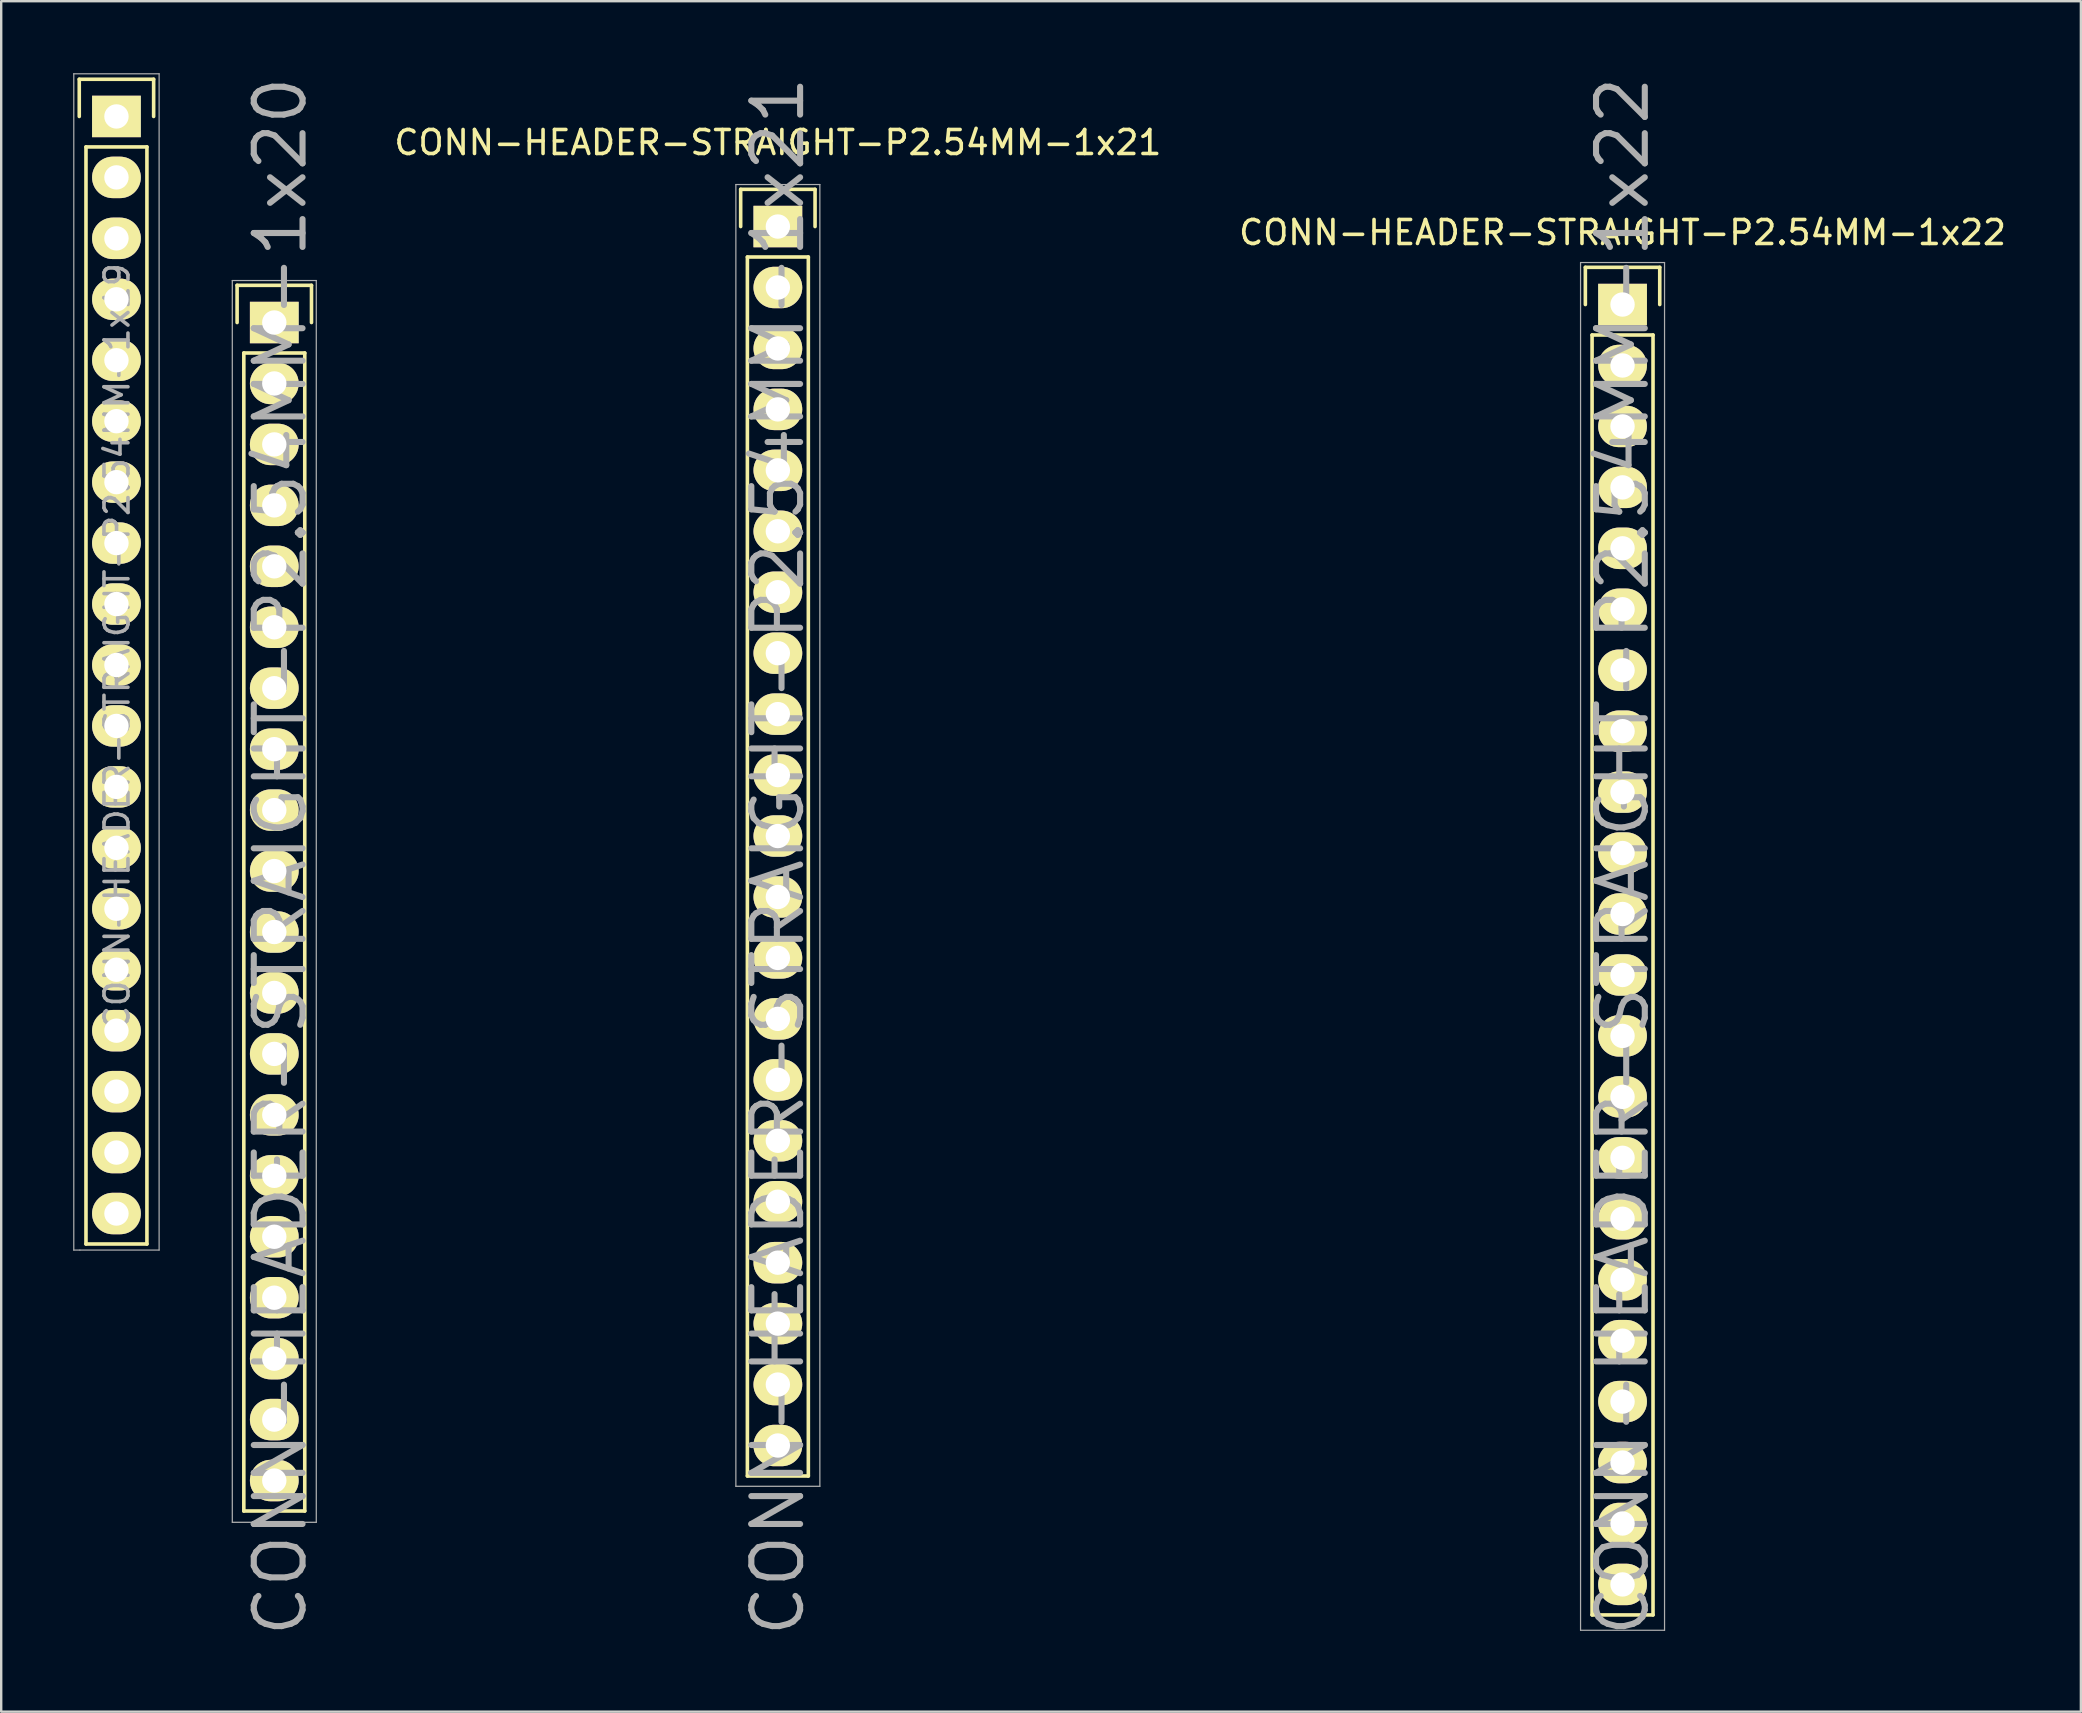
<source format=kicad_pcb>
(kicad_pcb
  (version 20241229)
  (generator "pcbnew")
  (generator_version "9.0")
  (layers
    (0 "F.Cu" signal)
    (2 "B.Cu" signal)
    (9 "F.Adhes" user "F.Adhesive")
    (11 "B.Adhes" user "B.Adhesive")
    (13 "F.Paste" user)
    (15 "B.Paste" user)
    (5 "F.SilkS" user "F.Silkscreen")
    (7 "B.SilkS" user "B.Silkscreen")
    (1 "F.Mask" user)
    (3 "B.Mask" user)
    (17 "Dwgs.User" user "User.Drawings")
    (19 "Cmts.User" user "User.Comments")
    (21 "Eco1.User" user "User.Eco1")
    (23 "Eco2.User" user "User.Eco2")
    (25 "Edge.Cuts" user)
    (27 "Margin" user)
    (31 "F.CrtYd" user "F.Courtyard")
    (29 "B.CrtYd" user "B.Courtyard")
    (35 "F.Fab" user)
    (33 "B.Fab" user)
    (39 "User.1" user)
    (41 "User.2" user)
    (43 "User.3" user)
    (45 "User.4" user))
  (footprint "CONN-HEADER-STRAIGHT-P2.54MM-1x22"
    (layer "F.Cu")
    (at 64.569 9.641)
    (property "Reference" "CONN-HEADER-STRAIGHT-P2.54MM-1x22" (at 0 23 90) (layer "F.Fab") (effects (font (size 2.032 2.032) (thickness 0.254))))
    (attr smd)
    (fp_line (start -1.55 -1.55) (end 1.55 -1.55) (stroke (width 0.15) (type solid)) (layer "F.SilkS"))
    (fp_line (start -1.55 0) (end -1.55 -1.55) (stroke (width 0.15) (type solid)) (layer "F.SilkS"))
    (fp_line (start -1.27 1.27) (end -1.27 54.61) (stroke (width 0.15) (type solid)) (layer "F.SilkS"))
    (fp_line (start -1.27 54.61) (end 1.27 54.61) (stroke (width 0.15) (type solid)) (layer "F.SilkS"))
    (fp_line (start 1.27 1.27) (end -1.27 1.27) (stroke (width 0.15) (type solid)) (layer "F.SilkS"))
    (fp_line (start 1.27 54.61) (end 1.27 1.27) (stroke (width 0.15) (type solid)) (layer "F.SilkS"))
    (fp_line (start 1.55 -1.55) (end 1.55 0) (stroke (width 0.15) (type solid)) (layer "F.SilkS"))
    (fp_line (start -1.75 -1.75) (end -1.75 55.25) (stroke (width 0.051) (type solid)) (layer "F.Fab"))
    (fp_line (start -1.75 -1.75) (end 1.75 -1.75) (stroke (width 0.051) (type solid)) (layer "F.Fab"))
    (fp_line (start -1.75 55.25) (end 1.75 55.25) (stroke (width 0.051) (type solid)) (layer "F.Fab"))
    (fp_line (start 1.75 55.25) (end 1.75 -1.75) (stroke (width 0.051) (type solid)) (layer "F.Fab"))
    (fp_text user "${REFERENCE}" (at 0 -3 0) (layer "F.SilkS") (effects (font (size 1 1) (thickness 0.15))))
    (pad "1" thru_hole rect (at 0 0) (size 2.032 1.727) (drill 1.016) (layers "*.Cu" "*.Mask" "F.SilkS"))
    (pad "2" thru_hole oval (at 0 2.54) (size 2.032 1.727) (drill 1.016) (layers "*.Cu" "*.Mask" "F.SilkS"))
    (pad "3" thru_hole oval (at 0 5.08) (size 2.032 1.727) (drill 1.016) (layers "*.Cu" "*.Mask" "F.SilkS"))
    (pad "4" thru_hole oval (at 0 7.62) (size 2.032 1.727) (drill 1.016) (layers "*.Cu" "*.Mask" "F.SilkS"))
    (pad "5" thru_hole oval (at 0 10.16) (size 2.032 1.727) (drill 1.016) (layers "*.Cu" "*.Mask" "F.SilkS"))
    (pad "6" thru_hole oval (at 0 12.7) (size 2.032 1.727) (drill 1.016) (layers "*.Cu" "*.Mask" "F.SilkS"))
    (pad "7" thru_hole oval (at 0 15.24) (size 2.032 1.727) (drill 1.016) (layers "*.Cu" "*.Mask" "F.SilkS"))
    (pad "8" thru_hole oval (at 0 17.78) (size 2.032 1.727) (drill 1.016) (layers "*.Cu" "*.Mask" "F.SilkS"))
    (pad "9" thru_hole oval (at 0 20.32) (size 2.032 1.727) (drill 1.016) (layers "*.Cu" "*.Mask" "F.SilkS"))
    (pad "10" thru_hole oval (at 0 22.86) (size 2.032 1.727) (drill 1.016) (layers "*.Cu" "*.Mask" "F.SilkS"))
    (pad "11" thru_hole oval (at 0 25.4) (size 2.032 1.727) (drill 1.016) (layers "*.Cu" "*.Mask" "F.SilkS"))
    (pad "12" thru_hole oval (at 0 27.94) (size 2.032 1.727) (drill 1.016) (layers "*.Cu" "*.Mask" "F.SilkS"))
    (pad "13" thru_hole oval (at 0 30.48) (size 2.032 1.727) (drill 1.016) (layers "*.Cu" "*.Mask" "F.SilkS"))
    (pad "14" thru_hole oval (at 0 33.02) (size 2.032 1.727) (drill 1.016) (layers "*.Cu" "*.Mask" "F.SilkS"))
    (pad "15" thru_hole oval (at 0 35.56) (size 2.032 1.727) (drill 1.016) (layers "*.Cu" "*.Mask" "F.SilkS"))
    (pad "16" thru_hole oval (at 0 38.1) (size 2.032 1.727) (drill 1.016) (layers "*.Cu" "*.Mask" "F.SilkS"))
    (pad "17" thru_hole oval (at 0 40.64) (size 2.032 1.727) (drill 1.016) (layers "*.Cu" "*.Mask" "F.SilkS"))
    (pad "18" thru_hole oval (at 0 43.18) (size 2.032 1.727) (drill 1.016) (layers "*.Cu" "*.Mask" "F.SilkS"))
    (pad "19" thru_hole oval (at 0 45.72) (size 2.032 1.727) (drill 1.016) (layers "*.Cu" "*.Mask" "F.SilkS"))
    (pad "20" thru_hole oval (at 0 48.26) (size 2.032 1.727) (drill 1.016) (layers "*.Cu" "*.Mask" "F.SilkS"))
    (pad "21" thru_hole oval (at 0 50.8) (size 2.032 1.727) (drill 1.016) (layers "*.Cu" "*.Mask" "F.SilkS"))
    (pad "22" thru_hole oval (at 0 53.34) (size 2.032 1.727) (drill 1.016) (layers "*.Cu" "*.Mask" "F.SilkS")))
  (footprint "CONN-HEADER-STRAIGHT-P2.54MM-1x21"
    (layer "F.Cu")
    (at 29.367 6.391)
    (property "Reference" "CONN-HEADER-STRAIGHT-P2.54MM-1x21" (at 0 26.25 90) (layer "F.Fab") (effects (font (size 2.032 2.032) (thickness 0.254))))
    (attr smd)
    (fp_line (start -1.55 -1.55) (end 1.55 -1.55) (stroke (width 0.15) (type solid)) (layer "F.SilkS"))
    (fp_line (start -1.55 0) (end -1.55 -1.55) (stroke (width 0.15) (type solid)) (layer "F.SilkS"))
    (fp_line (start -1.27 52.07) (end -1.27 1.27) (stroke (width 0.15) (type solid)) (layer "F.SilkS"))
    (fp_line (start 1.27 1.27) (end -1.27 1.27) (stroke (width 0.15) (type solid)) (layer "F.SilkS"))
    (fp_line (start 1.27 1.27) (end 1.27 52.07) (stroke (width 0.15) (type solid)) (layer "F.SilkS"))
    (fp_line (start 1.27 52.07) (end -1.27 52.07) (stroke (width 0.15) (type solid)) (layer "F.SilkS"))
    (fp_line (start 1.55 -1.55) (end 1.55 0) (stroke (width 0.15) (type solid)) (layer "F.SilkS"))
    (fp_line (start -1.75 -1.75) (end 1.75 -1.75) (stroke (width 0.051) (type solid)) (layer "F.Fab"))
    (fp_line (start -1.75 52.5) (end -1.75 -1.75) (stroke (width 0.051) (type solid)) (layer "F.Fab"))
    (fp_line (start 1.75 -1.75) (end 1.75 52.5) (stroke (width 0.051) (type solid)) (layer "F.Fab"))
    (fp_line (start 1.75 52.5) (end -1.75 52.5) (stroke (width 0.051) (type solid)) (layer "F.Fab"))
    (fp_text user "${REFERENCE}" (at 0 -3.5 0) (layer "F.SilkS") (effects (font (size 1 1) (thickness 0.15))))
    (pad "1" thru_hole rect (at 0 0) (size 2.032 1.727) (drill 1.016) (layers "*.Cu" "*.Mask" "F.SilkS"))
    (pad "2" thru_hole oval (at 0 2.54) (size 2.032 1.727) (drill 1.016) (layers "*.Cu" "*.Mask" "F.SilkS"))
    (pad "3" thru_hole oval (at 0 5.08) (size 2.032 1.727) (drill 1.016) (layers "*.Cu" "*.Mask" "F.SilkS"))
    (pad "4" thru_hole oval (at 0 7.62) (size 2.032 1.727) (drill 1.016) (layers "*.Cu" "*.Mask" "F.SilkS"))
    (pad "5" thru_hole oval (at 0 10.16) (size 2.032 1.727) (drill 1.016) (layers "*.Cu" "*.Mask" "F.SilkS"))
    (pad "6" thru_hole oval (at 0 12.7) (size 2.032 1.727) (drill 1.016) (layers "*.Cu" "*.Mask" "F.SilkS"))
    (pad "7" thru_hole oval (at 0 15.24) (size 2.032 1.727) (drill 1.016) (layers "*.Cu" "*.Mask" "F.SilkS"))
    (pad "8" thru_hole oval (at 0 17.78) (size 2.032 1.727) (drill 1.016) (layers "*.Cu" "*.Mask" "F.SilkS"))
    (pad "9" thru_hole oval (at 0 20.32) (size 2.032 1.727) (drill 1.016) (layers "*.Cu" "*.Mask" "F.SilkS"))
    (pad "10" thru_hole oval (at 0 22.86) (size 2.032 1.727) (drill 1.016) (layers "*.Cu" "*.Mask" "F.SilkS"))
    (pad "11" thru_hole oval (at 0 25.4) (size 2.032 1.727) (drill 1.016) (layers "*.Cu" "*.Mask" "F.SilkS"))
    (pad "12" thru_hole oval (at 0 27.94) (size 2.032 1.727) (drill 1.016) (layers "*.Cu" "*.Mask" "F.SilkS"))
    (pad "13" thru_hole oval (at 0 30.48) (size 2.032 1.727) (drill 1.016) (layers "*.Cu" "*.Mask" "F.SilkS"))
    (pad "14" thru_hole oval (at 0 33.02) (size 2.032 1.727) (drill 1.016) (layers "*.Cu" "*.Mask" "F.SilkS"))
    (pad "15" thru_hole oval (at 0 35.56) (size 2.032 1.727) (drill 1.016) (layers "*.Cu" "*.Mask" "F.SilkS"))
    (pad "16" thru_hole oval (at 0 38.1) (size 2.032 1.727) (drill 1.016) (layers "*.Cu" "*.Mask" "F.SilkS"))
    (pad "17" thru_hole oval (at 0 40.64) (size 2.032 1.727) (drill 1.016) (layers "*.Cu" "*.Mask" "F.SilkS"))
    (pad "18" thru_hole oval (at 0 43.18) (size 2.032 1.727) (drill 1.016) (layers "*.Cu" "*.Mask" "F.SilkS"))
    (pad "19" thru_hole oval (at 0 45.72) (size 2.032 1.727) (drill 1.016) (layers "*.Cu" "*.Mask" "F.SilkS"))
    (pad "20" thru_hole oval (at 0 48.26) (size 2.032 1.727) (drill 1.016) (layers "*.Cu" "*.Mask" "F.SilkS"))
    (pad "21" thru_hole oval (at 0 50.8) (size 2.032 1.727) (drill 1.016) (layers "*.Cu" "*.Mask" "F.SilkS")))
  (footprint "CONN-HEADER-STRAIGHT-P2.54MM-1x20"
    (layer "F.Cu")
    (at 8.381 10.391)
    (property "Reference" "CONN-HEADER-STRAIGHT-P2.54MM-1x20" (at 0.25 22.25 90) (layer "F.Fab") (effects (font (size 2.032 2.032) (thickness 0.254))))
    (attr smd)
    (fp_line (start -1.55 -1.55) (end 1.55 -1.55) (stroke (width 0.15) (type solid)) (layer "F.SilkS"))
    (fp_line (start -1.55 0) (end -1.55 -1.55) (stroke (width 0.15) (type solid)) (layer "F.SilkS"))
    (fp_line (start -1.27 49.53) (end -1.27 1.27) (stroke (width 0.15) (type solid)) (layer "F.SilkS"))
    (fp_line (start 1.27 1.27) (end -1.27 1.27) (stroke (width 0.15) (type solid)) (layer "F.SilkS"))
    (fp_line (start 1.27 1.27) (end 1.27 49.53) (stroke (width 0.15) (type solid)) (layer "F.SilkS"))
    (fp_line (start 1.27 49.53) (end -1.27 49.53) (stroke (width 0.15) (type solid)) (layer "F.SilkS"))
    (fp_line (start 1.55 -1.55) (end 1.55 0) (stroke (width 0.15) (type solid)) (layer "F.SilkS"))
    (fp_line (start -1.75 -1.75) (end 1.75 -1.75) (stroke (width 0.051) (type solid)) (layer "F.Fab"))
    (fp_line (start -1.75 50) (end -1.75 -1.75) (stroke (width 0.051) (type solid)) (layer "F.Fab"))
    (fp_line (start 1.75 -1.75) (end 1.75 50) (stroke (width 0.051) (type solid)) (layer "F.Fab"))
    (fp_line (start 1.75 50) (end -1.75 50) (stroke (width 0.051) (type solid)) (layer "F.Fab"))
    (pad "1" thru_hole rect (at 0 0) (size 2.032 1.727) (drill 1.016) (layers "*.Cu" "*.Mask" "F.SilkS"))
    (pad "2" thru_hole oval (at 0 2.54) (size 2.032 1.727) (drill 1.016) (layers "*.Cu" "*.Mask" "F.SilkS"))
    (pad "3" thru_hole oval (at 0 5.08) (size 2.032 1.727) (drill 1.016) (layers "*.Cu" "*.Mask" "F.SilkS"))
    (pad "4" thru_hole oval (at 0 7.62) (size 2.032 1.727) (drill 1.016) (layers "*.Cu" "*.Mask" "F.SilkS"))
    (pad "5" thru_hole oval (at 0 10.16) (size 2.032 1.727) (drill 1.016) (layers "*.Cu" "*.Mask" "F.SilkS"))
    (pad "6" thru_hole oval (at 0 12.7) (size 2.032 1.727) (drill 1.016) (layers "*.Cu" "*.Mask" "F.SilkS"))
    (pad "7" thru_hole oval (at 0 15.24) (size 2.032 1.727) (drill 1.016) (layers "*.Cu" "*.Mask" "F.SilkS"))
    (pad "8" thru_hole oval (at 0 17.78) (size 2.032 1.727) (drill 1.016) (layers "*.Cu" "*.Mask" "F.SilkS"))
    (pad "9" thru_hole oval (at 0 20.32) (size 2.032 1.727) (drill 1.016) (layers "*.Cu" "*.Mask" "F.SilkS"))
    (pad "10" thru_hole oval (at 0 22.86) (size 2.032 1.727) (drill 1.016) (layers "*.Cu" "*.Mask" "F.SilkS"))
    (pad "11" thru_hole oval (at 0 25.4) (size 2.032 1.727) (drill 1.016) (layers "*.Cu" "*.Mask" "F.SilkS"))
    (pad "12" thru_hole oval (at 0 27.94) (size 2.032 1.727) (drill 1.016) (layers "*.Cu" "*.Mask" "F.SilkS"))
    (pad "13" thru_hole oval (at 0 30.48) (size 2.032 1.727) (drill 1.016) (layers "*.Cu" "*.Mask" "F.SilkS"))
    (pad "14" thru_hole oval (at 0 33.02) (size 2.032 1.727) (drill 1.016) (layers "*.Cu" "*.Mask" "F.SilkS"))
    (pad "15" thru_hole oval (at 0 35.56) (size 2.032 1.727) (drill 1.016) (layers "*.Cu" "*.Mask" "F.SilkS"))
    (pad "16" thru_hole oval (at 0 38.1) (size 2.032 1.727) (drill 1.016) (layers "*.Cu" "*.Mask" "F.SilkS"))
    (pad "17" thru_hole oval (at 0 40.64) (size 2.032 1.727) (drill 1.016) (layers "*.Cu" "*.Mask" "F.SilkS"))
    (pad "18" thru_hole oval (at 0 43.18) (size 2.032 1.727) (drill 1.016) (layers "*.Cu" "*.Mask" "F.SilkS"))
    (pad "19" thru_hole oval (at 0 45.72) (size 2.032 1.727) (drill 1.016) (layers "*.Cu" "*.Mask" "F.SilkS"))
    (pad "20" thru_hole oval (at 0 48.26) (size 2.032 1.727) (drill 1.016) (layers "*.Cu" "*.Mask" "F.SilkS")))
  (footprint "CONN-HEADER-STRAIGHT-P2.54MM-1x19"
    (layer "F.Cu")
    (at 1.803 1.803)
    (property "Reference" "CONN-HEADER-STRAIGHT-P2.54MM-1x19" (at 0.025 22.098 90) (layer "F.Fab") (effects (font (size 1 1) (thickness 0.15))))
    (attr smd)
    (fp_line (start -1.55 -1.55) (end 1.55 -1.55) (stroke (width 0.15) (type solid)) (layer "F.SilkS"))
    (fp_line (start -1.55 0) (end -1.55 -1.55) (stroke (width 0.15) (type solid)) (layer "F.SilkS"))
    (fp_line (start -1.27 46.99) (end -1.27 1.27) (stroke (width 0.15) (type solid)) (layer "F.SilkS"))
    (fp_line (start 1.27 1.27) (end -1.27 1.27) (stroke (width 0.15) (type solid)) (layer "F.SilkS"))
    (fp_line (start 1.27 1.27) (end 1.27 46.99) (stroke (width 0.15) (type solid)) (layer "F.SilkS"))
    (fp_line (start 1.27 46.99) (end -1.27 46.99) (stroke (width 0.15) (type solid)) (layer "F.SilkS"))
    (fp_line (start 1.55 -1.55) (end 1.55 0) (stroke (width 0.15) (type solid)) (layer "F.SilkS"))
    (fp_line (start -1.778 -1.778) (end -1.778 47.244) (stroke (width 0.05) (type solid)) (layer "F.Fab"))
    (fp_line (start -1.778 -1.778) (end 1.778 -1.778) (stroke (width 0.05) (type solid)) (layer "F.Fab"))
    (fp_line (start -1.778 47.244) (end -1.524 47.244) (stroke (width 0.05) (type solid)) (layer "F.Fab"))
    (fp_line (start 1.778 -1.778) (end 1.778 47.244) (stroke (width 0.05) (type solid)) (layer "F.Fab"))
    (fp_line (start 1.778 47.244) (end -1.524 47.244) (stroke (width 0.05) (type solid)) (layer "F.Fab"))
    (pad "1" thru_hole rect (at 0 0) (size 2.032 1.727) (drill 1.016) (layers "*.Cu" "*.Mask" "F.SilkS"))
    (pad "2" thru_hole oval (at 0 2.54) (size 2.032 1.727) (drill 1.016) (layers "*.Cu" "*.Mask" "F.SilkS"))
    (pad "3" thru_hole oval (at 0 5.08) (size 2.032 1.727) (drill 1.016) (layers "*.Cu" "*.Mask" "F.SilkS"))
    (pad "4" thru_hole oval (at 0 7.62) (size 2.032 1.727) (drill 1.016) (layers "*.Cu" "*.Mask" "F.SilkS"))
    (pad "5" thru_hole oval (at 0 10.16) (size 2.032 1.727) (drill 1.016) (layers "*.Cu" "*.Mask" "F.SilkS"))
    (pad "6" thru_hole oval (at 0 12.7) (size 2.032 1.727) (drill 1.016) (layers "*.Cu" "*.Mask" "F.SilkS"))
    (pad "7" thru_hole oval (at 0 15.24) (size 2.032 1.727) (drill 1.016) (layers "*.Cu" "*.Mask" "F.SilkS"))
    (pad "8" thru_hole oval (at 0 17.78) (size 2.032 1.727) (drill 1.016) (layers "*.Cu" "*.Mask" "F.SilkS"))
    (pad "9" thru_hole oval (at 0 20.32) (size 2.032 1.727) (drill 1.016) (layers "*.Cu" "*.Mask" "F.SilkS"))
    (pad "10" thru_hole oval (at 0 22.86) (size 2.032 1.727) (drill 1.016) (layers "*.Cu" "*.Mask" "F.SilkS"))
    (pad "11" thru_hole oval (at 0 25.4) (size 2.032 1.727) (drill 1.016) (layers "*.Cu" "*.Mask" "F.SilkS"))
    (pad "12" thru_hole oval (at 0 27.94) (size 2.032 1.727) (drill 1.016) (layers "*.Cu" "*.Mask" "F.SilkS"))
    (pad "13" thru_hole oval (at 0 30.48) (size 2.032 1.727) (drill 1.016) (layers "*.Cu" "*.Mask" "F.SilkS"))
    (pad "14" thru_hole oval (at 0 33.02) (size 2.032 1.727) (drill 1.016) (layers "*.Cu" "*.Mask" "F.SilkS"))
    (pad "15" thru_hole oval (at 0 35.56) (size 2.032 1.727) (drill 1.016) (layers "*.Cu" "*.Mask" "F.SilkS"))
    (pad "16" thru_hole oval (at 0 38.1) (size 2.032 1.727) (drill 1.016) (layers "*.Cu" "*.Mask" "F.SilkS"))
    (pad "17" thru_hole oval (at 0 40.64) (size 2.032 1.727) (drill 1.016) (layers "*.Cu" "*.Mask" "F.SilkS"))
    (pad "18" thru_hole oval (at 0 43.18) (size 2.032 1.727) (drill 1.016) (layers "*.Cu" "*.Mask" "F.SilkS"))
    (pad "19" thru_hole oval (at 0 45.72) (size 2.032 1.727) (drill 1.016) (layers "*.Cu" "*.Mask" "F.SilkS")))
  (gr_rect
    (start -3 -3)
    (end 83.67 68.283)
    (stroke (width 0.1) (type default))
    (fill no)
    (layer "Edge.Cuts")))
</source>
